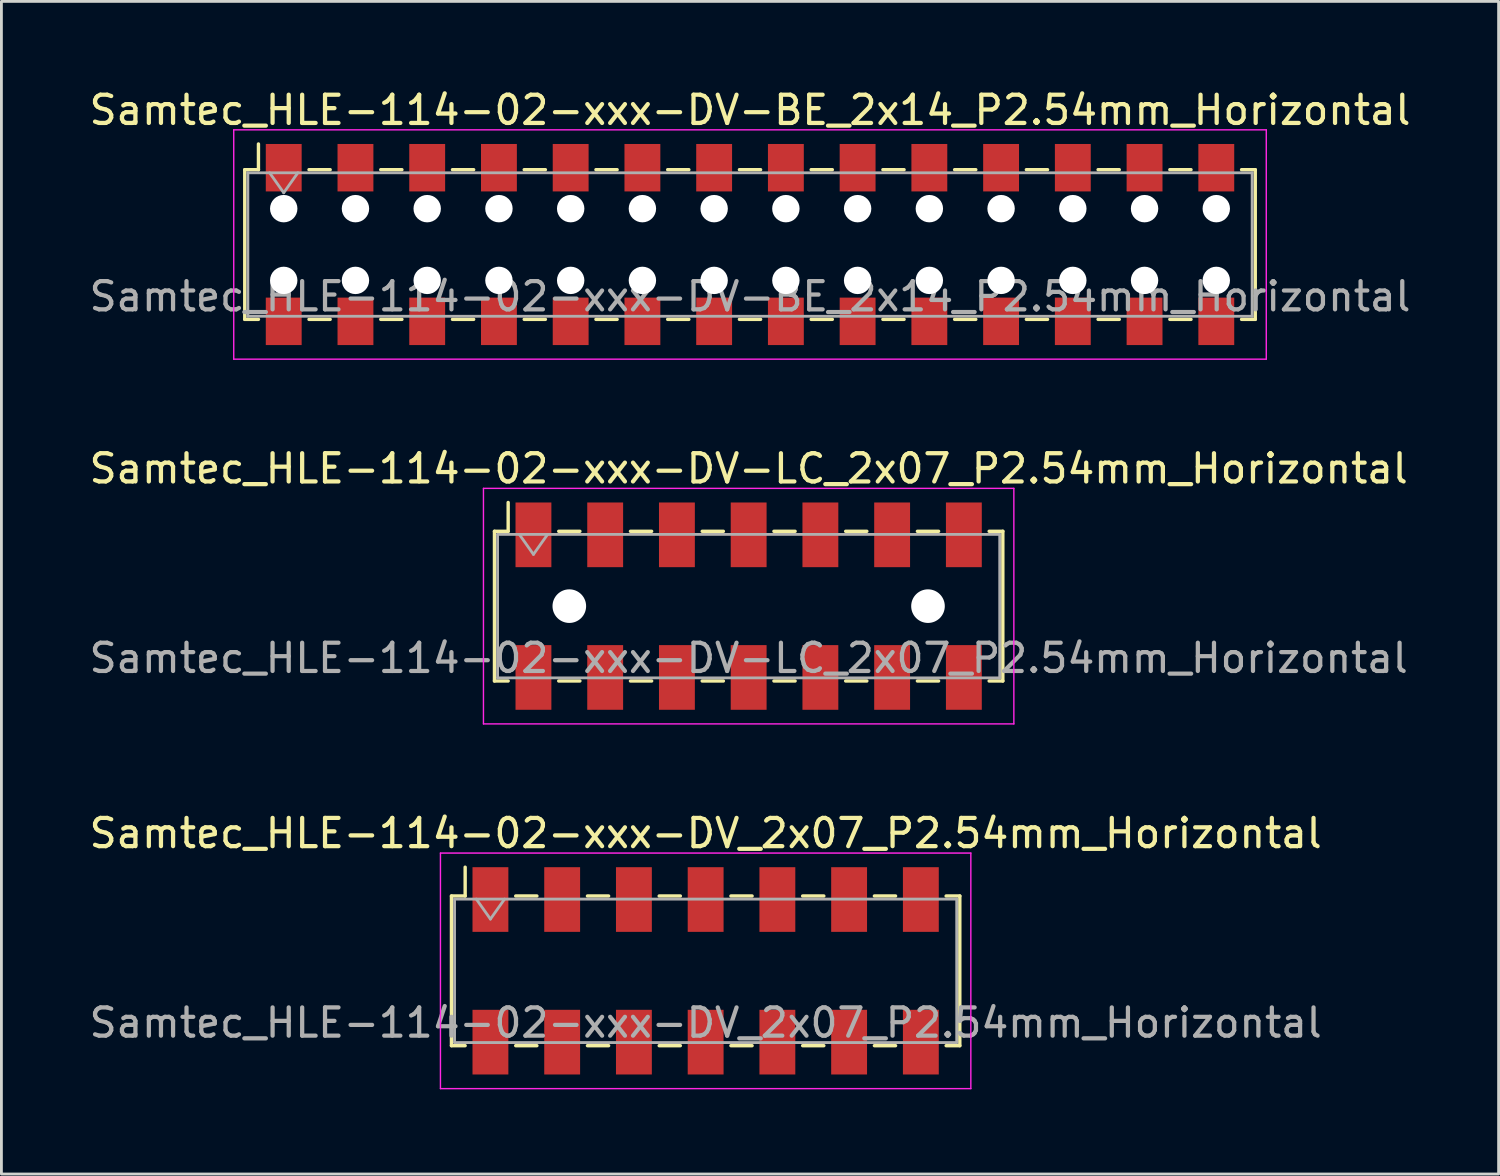
<source format=kicad_pcb>
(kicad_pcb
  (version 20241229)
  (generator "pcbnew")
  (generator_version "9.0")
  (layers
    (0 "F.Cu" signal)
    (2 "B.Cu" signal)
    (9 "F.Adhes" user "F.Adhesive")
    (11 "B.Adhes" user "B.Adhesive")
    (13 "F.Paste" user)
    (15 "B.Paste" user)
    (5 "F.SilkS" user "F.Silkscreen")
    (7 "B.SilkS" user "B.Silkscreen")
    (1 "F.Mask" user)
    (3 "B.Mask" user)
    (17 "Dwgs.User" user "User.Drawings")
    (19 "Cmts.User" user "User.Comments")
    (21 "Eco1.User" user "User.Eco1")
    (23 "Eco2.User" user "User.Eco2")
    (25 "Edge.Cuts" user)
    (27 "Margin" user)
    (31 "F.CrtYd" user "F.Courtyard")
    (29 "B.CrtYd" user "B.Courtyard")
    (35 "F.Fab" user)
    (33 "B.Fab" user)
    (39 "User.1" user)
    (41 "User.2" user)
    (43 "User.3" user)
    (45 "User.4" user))
  (footprint "Samtec_HLE-114-02-xxx-DV-BE_2x14_P2.54mm_Horizontal"
    (layer "F.Cu")
    (at 23.506 5.608)
    (property "Reference" "Samtec_HLE-114-02-xxx-DV-BE_2x14_P2.54mm_Horizontal" (at 0 -4.76 0) (layer "F.SilkS") (effects (font (size 1 1) (thickness 0.15))))
    (attr smd)
    (fp_line (start -17.89 -2.65) (end -17.89 2.65) (stroke (width 0.12) (type solid)) (layer "F.SilkS"))
    (fp_line (start -17.89 2.65) (end -17.405 2.65) (stroke (width 0.12) (type solid)) (layer "F.SilkS"))
    (fp_line (start -17.405 -3.56) (end -17.405 -2.65) (stroke (width 0.12) (type solid)) (layer "F.SilkS"))
    (fp_line (start -17.405 -2.65) (end -17.89 -2.65) (stroke (width 0.12) (type solid)) (layer "F.SilkS"))
    (fp_line (start -15.615 -2.65) (end -14.865 -2.65) (stroke (width 0.12) (type solid)) (layer "F.SilkS"))
    (fp_line (start -15.615 2.65) (end -14.865 2.65) (stroke (width 0.12) (type solid)) (layer "F.SilkS"))
    (fp_line (start -13.075 -2.65) (end -12.325 -2.65) (stroke (width 0.12) (type solid)) (layer "F.SilkS"))
    (fp_line (start -13.075 2.65) (end -12.325 2.65) (stroke (width 0.12) (type solid)) (layer "F.SilkS"))
    (fp_line (start -10.535 -2.65) (end -9.785 -2.65) (stroke (width 0.12) (type solid)) (layer "F.SilkS"))
    (fp_line (start -10.535 2.65) (end -9.785 2.65) (stroke (width 0.12) (type solid)) (layer "F.SilkS"))
    (fp_line (start -7.995 -2.65) (end -7.245 -2.65) (stroke (width 0.12) (type solid)) (layer "F.SilkS"))
    (fp_line (start -7.995 2.65) (end -7.245 2.65) (stroke (width 0.12) (type solid)) (layer "F.SilkS"))
    (fp_line (start -5.455 -2.65) (end -4.705 -2.65) (stroke (width 0.12) (type solid)) (layer "F.SilkS"))
    (fp_line (start -5.455 2.65) (end -4.705 2.65) (stroke (width 0.12) (type solid)) (layer "F.SilkS"))
    (fp_line (start -2.915 -2.65) (end -2.165 -2.65) (stroke (width 0.12) (type solid)) (layer "F.SilkS"))
    (fp_line (start -2.915 2.65) (end -2.165 2.65) (stroke (width 0.12) (type solid)) (layer "F.SilkS"))
    (fp_line (start -0.375 -2.65) (end 0.375 -2.65) (stroke (width 0.12) (type solid)) (layer "F.SilkS"))
    (fp_line (start -0.375 2.65) (end 0.375 2.65) (stroke (width 0.12) (type solid)) (layer "F.SilkS"))
    (fp_line (start 2.165 -2.65) (end 2.915 -2.65) (stroke (width 0.12) (type solid)) (layer "F.SilkS"))
    (fp_line (start 2.165 2.65) (end 2.915 2.65) (stroke (width 0.12) (type solid)) (layer "F.SilkS"))
    (fp_line (start 4.705 -2.65) (end 5.455 -2.65) (stroke (width 0.12) (type solid)) (layer "F.SilkS"))
    (fp_line (start 4.705 2.65) (end 5.455 2.65) (stroke (width 0.12) (type solid)) (layer "F.SilkS"))
    (fp_line (start 7.245 -2.65) (end 7.995 -2.65) (stroke (width 0.12) (type solid)) (layer "F.SilkS"))
    (fp_line (start 7.245 2.65) (end 7.995 2.65) (stroke (width 0.12) (type solid)) (layer "F.SilkS"))
    (fp_line (start 9.785 -2.65) (end 10.535 -2.65) (stroke (width 0.12) (type solid)) (layer "F.SilkS"))
    (fp_line (start 9.785 2.65) (end 10.535 2.65) (stroke (width 0.12) (type solid)) (layer "F.SilkS"))
    (fp_line (start 12.325 -2.65) (end 13.075 -2.65) (stroke (width 0.12) (type solid)) (layer "F.SilkS"))
    (fp_line (start 12.325 2.65) (end 13.075 2.65) (stroke (width 0.12) (type solid)) (layer "F.SilkS"))
    (fp_line (start 14.865 -2.65) (end 15.615 -2.65) (stroke (width 0.12) (type solid)) (layer "F.SilkS"))
    (fp_line (start 14.865 2.65) (end 15.615 2.65) (stroke (width 0.12) (type solid)) (layer "F.SilkS"))
    (fp_line (start 17.405 -2.65) (end 17.89 -2.65) (stroke (width 0.12) (type solid)) (layer "F.SilkS"))
    (fp_line (start 17.89 -2.65) (end 17.89 2.65) (stroke (width 0.12) (type solid)) (layer "F.SilkS"))
    (fp_line (start 17.89 2.65) (end 17.405 2.65) (stroke (width 0.12) (type solid)) (layer "F.SilkS"))
    (fp_line (start -18.28 -4.06) (end 18.28 -4.06) (stroke (width 0.05) (type solid)) (layer "F.CrtYd"))
    (fp_line (start -18.28 4.06) (end -18.28 -4.06) (stroke (width 0.05) (type solid)) (layer "F.CrtYd"))
    (fp_line (start 18.28 -4.06) (end 18.28 4.06) (stroke (width 0.05) (type solid)) (layer "F.CrtYd"))
    (fp_line (start 18.28 4.06) (end -18.28 4.06) (stroke (width 0.05) (type solid)) (layer "F.CrtYd"))
    (fp_line (start -17.78 -2.54) (end 17.78 -2.54) (stroke (width 0.1) (type solid)) (layer "F.Fab"))
    (fp_line (start -17.78 2.54) (end -17.78 -2.54) (stroke (width 0.1) (type solid)) (layer "F.Fab"))
    (fp_line (start -17.01 -2.54) (end -16.51 -1.833) (stroke (width 0.1) (type solid)) (layer "F.Fab"))
    (fp_line (start -16.51 -1.833) (end -16.01 -2.54) (stroke (width 0.1) (type solid)) (layer "F.Fab"))
    (fp_line (start 17.78 -2.54) (end 17.78 2.54) (stroke (width 0.1) (type solid)) (layer "F.Fab"))
    (fp_line (start 17.78 2.54) (end -17.78 2.54) (stroke (width 0.1) (type solid)) (layer "F.Fab"))
    (fp_text user "${REFERENCE}" (at 0 1.84 0) (layer "F.Fab") (effects (font (size 1 1) (thickness 0.15))))
    (pad "" np_thru_hole circle (at -16.51 -1.27) (size 0.97 0.97) (drill 0.97) (layers "*.Cu" "*.Mask"))
    (pad "" np_thru_hole circle (at -16.51 1.27) (size 0.97 0.97) (drill 0.97) (layers "*.Cu" "*.Mask"))
    (pad "" np_thru_hole circle (at -13.97 -1.27) (size 0.97 0.97) (drill 0.97) (layers "*.Cu" "*.Mask"))
    (pad "" np_thru_hole circle (at -13.97 1.27) (size 0.97 0.97) (drill 0.97) (layers "*.Cu" "*.Mask"))
    (pad "" np_thru_hole circle (at -11.43 -1.27) (size 0.97 0.97) (drill 0.97) (layers "*.Cu" "*.Mask"))
    (pad "" np_thru_hole circle (at -11.43 1.27) (size 0.97 0.97) (drill 0.97) (layers "*.Cu" "*.Mask"))
    (pad "" np_thru_hole circle (at -8.89 -1.27) (size 0.97 0.97) (drill 0.97) (layers "*.Cu" "*.Mask"))
    (pad "" np_thru_hole circle (at -8.89 1.27) (size 0.97 0.97) (drill 0.97) (layers "*.Cu" "*.Mask"))
    (pad "" np_thru_hole circle (at -6.35 -1.27) (size 0.97 0.97) (drill 0.97) (layers "*.Cu" "*.Mask"))
    (pad "" np_thru_hole circle (at -6.35 1.27) (size 0.97 0.97) (drill 0.97) (layers "*.Cu" "*.Mask"))
    (pad "" np_thru_hole circle (at -3.81 -1.27) (size 0.97 0.97) (drill 0.97) (layers "*.Cu" "*.Mask"))
    (pad "" np_thru_hole circle (at -3.81 1.27) (size 0.97 0.97) (drill 0.97) (layers "*.Cu" "*.Mask"))
    (pad "" np_thru_hole circle (at -1.27 -1.27) (size 0.97 0.97) (drill 0.97) (layers "*.Cu" "*.Mask"))
    (pad "" np_thru_hole circle (at -1.27 1.27) (size 0.97 0.97) (drill 0.97) (layers "*.Cu" "*.Mask"))
    (pad "" np_thru_hole circle (at 1.27 -1.27) (size 0.97 0.97) (drill 0.97) (layers "*.Cu" "*.Mask"))
    (pad "" np_thru_hole circle (at 1.27 1.27) (size 0.97 0.97) (drill 0.97) (layers "*.Cu" "*.Mask"))
    (pad "" np_thru_hole circle (at 3.81 -1.27) (size 0.97 0.97) (drill 0.97) (layers "*.Cu" "*.Mask"))
    (pad "" np_thru_hole circle (at 3.81 1.27) (size 0.97 0.97) (drill 0.97) (layers "*.Cu" "*.Mask"))
    (pad "" np_thru_hole circle (at 6.35 -1.27) (size 0.97 0.97) (drill 0.97) (layers "*.Cu" "*.Mask"))
    (pad "" np_thru_hole circle (at 6.35 1.27) (size 0.97 0.97) (drill 0.97) (layers "*.Cu" "*.Mask"))
    (pad "" np_thru_hole circle (at 8.89 -1.27) (size 0.97 0.97) (drill 0.97) (layers "*.Cu" "*.Mask"))
    (pad "" np_thru_hole circle (at 8.89 1.27) (size 0.97 0.97) (drill 0.97) (layers "*.Cu" "*.Mask"))
    (pad "" np_thru_hole circle (at 11.43 -1.27) (size 0.97 0.97) (drill 0.97) (layers "*.Cu" "*.Mask"))
    (pad "" np_thru_hole circle (at 11.43 1.27) (size 0.97 0.97) (drill 0.97) (layers "*.Cu" "*.Mask"))
    (pad "" np_thru_hole circle (at 13.97 -1.27) (size 0.97 0.97) (drill 0.97) (layers "*.Cu" "*.Mask"))
    (pad "" np_thru_hole circle (at 13.97 1.27) (size 0.97 0.97) (drill 0.97) (layers "*.Cu" "*.Mask"))
    (pad "" np_thru_hole circle (at 16.51 -1.27) (size 0.97 0.97) (drill 0.97) (layers "*.Cu" "*.Mask"))
    (pad "" np_thru_hole circle (at 16.51 1.27) (size 0.97 0.97) (drill 0.97) (layers "*.Cu" "*.Mask"))
    (pad "1" smd rect (at -16.51 -2.72) (size 1.27 1.68) (layers "F.Cu" "F.Mask" "F.Paste"))
    (pad "2" smd rect (at -16.51 2.72) (size 1.27 1.68) (layers "F.Cu" "F.Mask" "F.Paste"))
    (pad "3" smd rect (at -13.97 -2.72) (size 1.27 1.68) (layers "F.Cu" "F.Mask" "F.Paste"))
    (pad "4" smd rect (at -13.97 2.72) (size 1.27 1.68) (layers "F.Cu" "F.Mask" "F.Paste"))
    (pad "5" smd rect (at -11.43 -2.72) (size 1.27 1.68) (layers "F.Cu" "F.Mask" "F.Paste"))
    (pad "6" smd rect (at -11.43 2.72) (size 1.27 1.68) (layers "F.Cu" "F.Mask" "F.Paste"))
    (pad "7" smd rect (at -8.89 -2.72) (size 1.27 1.68) (layers "F.Cu" "F.Mask" "F.Paste"))
    (pad "8" smd rect (at -8.89 2.72) (size 1.27 1.68) (layers "F.Cu" "F.Mask" "F.Paste"))
    (pad "9" smd rect (at -6.35 -2.72) (size 1.27 1.68) (layers "F.Cu" "F.Mask" "F.Paste"))
    (pad "10" smd rect (at -6.35 2.72) (size 1.27 1.68) (layers "F.Cu" "F.Mask" "F.Paste"))
    (pad "11" smd rect (at -3.81 -2.72) (size 1.27 1.68) (layers "F.Cu" "F.Mask" "F.Paste"))
    (pad "12" smd rect (at -3.81 2.72) (size 1.27 1.68) (layers "F.Cu" "F.Mask" "F.Paste"))
    (pad "13" smd rect (at -1.27 -2.72) (size 1.27 1.68) (layers "F.Cu" "F.Mask" "F.Paste"))
    (pad "14" smd rect (at -1.27 2.72) (size 1.27 1.68) (layers "F.Cu" "F.Mask" "F.Paste"))
    (pad "15" smd rect (at 1.27 -2.72) (size 1.27 1.68) (layers "F.Cu" "F.Mask" "F.Paste"))
    (pad "16" smd rect (at 1.27 2.72) (size 1.27 1.68) (layers "F.Cu" "F.Mask" "F.Paste"))
    (pad "17" smd rect (at 3.81 -2.72) (size 1.27 1.68) (layers "F.Cu" "F.Mask" "F.Paste"))
    (pad "18" smd rect (at 3.81 2.72) (size 1.27 1.68) (layers "F.Cu" "F.Mask" "F.Paste"))
    (pad "19" smd rect (at 6.35 -2.72) (size 1.27 1.68) (layers "F.Cu" "F.Mask" "F.Paste"))
    (pad "20" smd rect (at 6.35 2.72) (size 1.27 1.68) (layers "F.Cu" "F.Mask" "F.Paste"))
    (pad "21" smd rect (at 8.89 -2.72) (size 1.27 1.68) (layers "F.Cu" "F.Mask" "F.Paste"))
    (pad "22" smd rect (at 8.89 2.72) (size 1.27 1.68) (layers "F.Cu" "F.Mask" "F.Paste"))
    (pad "23" smd rect (at 11.43 -2.72) (size 1.27 1.68) (layers "F.Cu" "F.Mask" "F.Paste"))
    (pad "24" smd rect (at 11.43 2.72) (size 1.27 1.68) (layers "F.Cu" "F.Mask" "F.Paste"))
    (pad "25" smd rect (at 13.97 -2.72) (size 1.27 1.68) (layers "F.Cu" "F.Mask" "F.Paste"))
    (pad "26" smd rect (at 13.97 2.72) (size 1.27 1.68) (layers "F.Cu" "F.Mask" "F.Paste"))
    (pad "27" smd rect (at 16.51 -2.72) (size 1.27 1.68) (layers "F.Cu" "F.Mask" "F.Paste"))
    (pad "28" smd rect (at 16.51 2.72) (size 1.27 1.68) (layers "F.Cu" "F.Mask" "F.Paste")))
  (footprint "Samtec_HLE-114-02-xxx-DV_2x07_P2.54mm_Horizontal"
    (layer "F.Cu")
    (at 21.935 31.325)
    (property "Reference" "Samtec_HLE-114-02-xxx-DV_2x07_P2.54mm_Horizontal" (at 0 -4.87 0) (layer "F.SilkS") (effects (font (size 1 1) (thickness 0.15))))
    (attr smd)
    (fp_line (start -9 -2.65) (end -9 2.65) (stroke (width 0.12) (type solid)) (layer "F.SilkS"))
    (fp_line (start -9 2.65) (end -8.515 2.65) (stroke (width 0.12) (type solid)) (layer "F.SilkS"))
    (fp_line (start -8.515 -3.67) (end -8.515 -2.65) (stroke (width 0.12) (type solid)) (layer "F.SilkS"))
    (fp_line (start -8.515 -2.65) (end -9 -2.65) (stroke (width 0.12) (type solid)) (layer "F.SilkS"))
    (fp_line (start -6.725 -2.65) (end -5.975 -2.65) (stroke (width 0.12) (type solid)) (layer "F.SilkS"))
    (fp_line (start -6.725 2.65) (end -5.975 2.65) (stroke (width 0.12) (type solid)) (layer "F.SilkS"))
    (fp_line (start -4.185 -2.65) (end -3.435 -2.65) (stroke (width 0.12) (type solid)) (layer "F.SilkS"))
    (fp_line (start -4.185 2.65) (end -3.435 2.65) (stroke (width 0.12) (type solid)) (layer "F.SilkS"))
    (fp_line (start -1.645 -2.65) (end -0.895 -2.65) (stroke (width 0.12) (type solid)) (layer "F.SilkS"))
    (fp_line (start -1.645 2.65) (end -0.895 2.65) (stroke (width 0.12) (type solid)) (layer "F.SilkS"))
    (fp_line (start 0.895 -2.65) (end 1.645 -2.65) (stroke (width 0.12) (type solid)) (layer "F.SilkS"))
    (fp_line (start 0.895 2.65) (end 1.645 2.65) (stroke (width 0.12) (type solid)) (layer "F.SilkS"))
    (fp_line (start 3.435 -2.65) (end 4.185 -2.65) (stroke (width 0.12) (type solid)) (layer "F.SilkS"))
    (fp_line (start 3.435 2.65) (end 4.185 2.65) (stroke (width 0.12) (type solid)) (layer "F.SilkS"))
    (fp_line (start 5.975 -2.65) (end 6.725 -2.65) (stroke (width 0.12) (type solid)) (layer "F.SilkS"))
    (fp_line (start 5.975 2.65) (end 6.725 2.65) (stroke (width 0.12) (type solid)) (layer "F.SilkS"))
    (fp_line (start 8.515 -2.65) (end 9 -2.65) (stroke (width 0.12) (type solid)) (layer "F.SilkS"))
    (fp_line (start 9 -2.65) (end 9 2.65) (stroke (width 0.12) (type solid)) (layer "F.SilkS"))
    (fp_line (start 9 2.65) (end 8.515 2.65) (stroke (width 0.12) (type solid)) (layer "F.SilkS"))
    (fp_line (start -9.39 -4.17) (end 9.39 -4.17) (stroke (width 0.05) (type solid)) (layer "F.CrtYd"))
    (fp_line (start -9.39 4.17) (end -9.39 -4.17) (stroke (width 0.05) (type solid)) (layer "F.CrtYd"))
    (fp_line (start 9.39 -4.17) (end 9.39 4.17) (stroke (width 0.05) (type solid)) (layer "F.CrtYd"))
    (fp_line (start 9.39 4.17) (end -9.39 4.17) (stroke (width 0.05) (type solid)) (layer "F.CrtYd"))
    (fp_line (start -8.89 -2.54) (end 8.89 -2.54) (stroke (width 0.1) (type solid)) (layer "F.Fab"))
    (fp_line (start -8.89 2.54) (end -8.89 -2.54) (stroke (width 0.1) (type solid)) (layer "F.Fab"))
    (fp_line (start -8.12 -2.54) (end -7.62 -1.833) (stroke (width 0.1) (type solid)) (layer "F.Fab"))
    (fp_line (start -7.62 -1.833) (end -7.12 -2.54) (stroke (width 0.1) (type solid)) (layer "F.Fab"))
    (fp_line (start 8.89 -2.54) (end 8.89 2.54) (stroke (width 0.1) (type solid)) (layer "F.Fab"))
    (fp_line (start 8.89 2.54) (end -8.89 2.54) (stroke (width 0.1) (type solid)) (layer "F.Fab"))
    (fp_text user "${REFERENCE}" (at 0 1.84 0) (layer "F.Fab") (effects (font (size 1 1) (thickness 0.15))))
    (pad "1" smd rect (at -7.62 -2.525) (size 1.27 2.29) (layers "F.Cu" "F.Mask" "F.Paste"))
    (pad "2" smd rect (at -7.62 2.525) (size 1.27 2.29) (layers "F.Cu" "F.Mask" "F.Paste"))
    (pad "3" smd rect (at -5.08 -2.525) (size 1.27 2.29) (layers "F.Cu" "F.Mask" "F.Paste"))
    (pad "4" smd rect (at -5.08 2.525) (size 1.27 2.29) (layers "F.Cu" "F.Mask" "F.Paste"))
    (pad "5" smd rect (at -2.54 -2.525) (size 1.27 2.29) (layers "F.Cu" "F.Mask" "F.Paste"))
    (pad "6" smd rect (at -2.54 2.525) (size 1.27 2.29) (layers "F.Cu" "F.Mask" "F.Paste"))
    (pad "7" smd rect (at 0 -2.525) (size 1.27 2.29) (layers "F.Cu" "F.Mask" "F.Paste"))
    (pad "8" smd rect (at 0 2.525) (size 1.27 2.29) (layers "F.Cu" "F.Mask" "F.Paste"))
    (pad "9" smd rect (at 2.54 -2.525) (size 1.27 2.29) (layers "F.Cu" "F.Mask" "F.Paste"))
    (pad "10" smd rect (at 2.54 2.525) (size 1.27 2.29) (layers "F.Cu" "F.Mask" "F.Paste"))
    (pad "11" smd rect (at 5.08 -2.525) (size 1.27 2.29) (layers "F.Cu" "F.Mask" "F.Paste"))
    (pad "12" smd rect (at 5.08 2.525) (size 1.27 2.29) (layers "F.Cu" "F.Mask" "F.Paste"))
    (pad "13" smd rect (at 7.62 -2.525) (size 1.27 2.29) (layers "F.Cu" "F.Mask" "F.Paste"))
    (pad "14" smd rect (at 7.62 2.525) (size 1.27 2.29) (layers "F.Cu" "F.Mask" "F.Paste")))
  (footprint "Samtec_HLE-114-02-xxx-DV-LC_2x07_P2.54mm_Horizontal"
    (layer "F.Cu")
    (at 23.458 18.412)
    (property "Reference" "Samtec_HLE-114-02-xxx-DV-LC_2x07_P2.54mm_Horizontal" (at 0 -4.87 0) (layer "F.SilkS") (effects (font (size 1 1) (thickness 0.15))))
    (attr smd)
    (fp_line (start -9 -2.65) (end -9 2.65) (stroke (width 0.12) (type solid)) (layer "F.SilkS"))
    (fp_line (start -9 2.65) (end -8.515 2.65) (stroke (width 0.12) (type solid)) (layer "F.SilkS"))
    (fp_line (start -8.515 -3.67) (end -8.515 -2.65) (stroke (width 0.12) (type solid)) (layer "F.SilkS"))
    (fp_line (start -8.515 -2.65) (end -9 -2.65) (stroke (width 0.12) (type solid)) (layer "F.SilkS"))
    (fp_line (start -6.725 -2.65) (end -5.975 -2.65) (stroke (width 0.12) (type solid)) (layer "F.SilkS"))
    (fp_line (start -6.725 2.65) (end -5.975 2.65) (stroke (width 0.12) (type solid)) (layer "F.SilkS"))
    (fp_line (start -4.185 -2.65) (end -3.435 -2.65) (stroke (width 0.12) (type solid)) (layer "F.SilkS"))
    (fp_line (start -4.185 2.65) (end -3.435 2.65) (stroke (width 0.12) (type solid)) (layer "F.SilkS"))
    (fp_line (start -1.645 -2.65) (end -0.895 -2.65) (stroke (width 0.12) (type solid)) (layer "F.SilkS"))
    (fp_line (start -1.645 2.65) (end -0.895 2.65) (stroke (width 0.12) (type solid)) (layer "F.SilkS"))
    (fp_line (start 0.895 -2.65) (end 1.645 -2.65) (stroke (width 0.12) (type solid)) (layer "F.SilkS"))
    (fp_line (start 0.895 2.65) (end 1.645 2.65) (stroke (width 0.12) (type solid)) (layer "F.SilkS"))
    (fp_line (start 3.435 -2.65) (end 4.185 -2.65) (stroke (width 0.12) (type solid)) (layer "F.SilkS"))
    (fp_line (start 3.435 2.65) (end 4.185 2.65) (stroke (width 0.12) (type solid)) (layer "F.SilkS"))
    (fp_line (start 5.975 -2.65) (end 6.725 -2.65) (stroke (width 0.12) (type solid)) (layer "F.SilkS"))
    (fp_line (start 5.975 2.65) (end 6.725 2.65) (stroke (width 0.12) (type solid)) (layer "F.SilkS"))
    (fp_line (start 8.515 -2.65) (end 9 -2.65) (stroke (width 0.12) (type solid)) (layer "F.SilkS"))
    (fp_line (start 9 -2.65) (end 9 2.65) (stroke (width 0.12) (type solid)) (layer "F.SilkS"))
    (fp_line (start 9 2.65) (end 8.515 2.65) (stroke (width 0.12) (type solid)) (layer "F.SilkS"))
    (fp_line (start -9.39 -4.17) (end 9.39 -4.17) (stroke (width 0.05) (type solid)) (layer "F.CrtYd"))
    (fp_line (start -9.39 4.17) (end -9.39 -4.17) (stroke (width 0.05) (type solid)) (layer "F.CrtYd"))
    (fp_line (start 9.39 -4.17) (end 9.39 4.17) (stroke (width 0.05) (type solid)) (layer "F.CrtYd"))
    (fp_line (start 9.39 4.17) (end -9.39 4.17) (stroke (width 0.05) (type solid)) (layer "F.CrtYd"))
    (fp_line (start -8.89 -2.54) (end 8.89 -2.54) (stroke (width 0.1) (type solid)) (layer "F.Fab"))
    (fp_line (start -8.89 2.54) (end -8.89 -2.54) (stroke (width 0.1) (type solid)) (layer "F.Fab"))
    (fp_line (start -8.12 -2.54) (end -7.62 -1.833) (stroke (width 0.1) (type solid)) (layer "F.Fab"))
    (fp_line (start -7.62 -1.833) (end -7.12 -2.54) (stroke (width 0.1) (type solid)) (layer "F.Fab"))
    (fp_line (start 8.89 -2.54) (end 8.89 2.54) (stroke (width 0.1) (type solid)) (layer "F.Fab"))
    (fp_line (start 8.89 2.54) (end -8.89 2.54) (stroke (width 0.1) (type solid)) (layer "F.Fab"))
    (fp_text user "${REFERENCE}" (at 0 1.84 0) (layer "F.Fab") (effects (font (size 1 1) (thickness 0.15))))
    (pad "" np_thru_hole circle (at -6.35 0) (size 1.19 1.19) (drill 1.19) (layers "*.Cu" "*.Mask"))
    (pad "" np_thru_hole circle (at 6.35 0) (size 1.19 1.19) (drill 1.19) (layers "*.Cu" "*.Mask"))
    (pad "1" smd rect (at -7.62 -2.525) (size 1.27 2.29) (layers "F.Cu" "F.Mask" "F.Paste"))
    (pad "2" smd rect (at -7.62 2.525) (size 1.27 2.29) (layers "F.Cu" "F.Mask" "F.Paste"))
    (pad "3" smd rect (at -5.08 -2.525) (size 1.27 2.29) (layers "F.Cu" "F.Mask" "F.Paste"))
    (pad "4" smd rect (at -5.08 2.525) (size 1.27 2.29) (layers "F.Cu" "F.Mask" "F.Paste"))
    (pad "5" smd rect (at -2.54 -2.525) (size 1.27 2.29) (layers "F.Cu" "F.Mask" "F.Paste"))
    (pad "6" smd rect (at -2.54 2.525) (size 1.27 2.29) (layers "F.Cu" "F.Mask" "F.Paste"))
    (pad "7" smd rect (at 0 -2.525) (size 1.27 2.29) (layers "F.Cu" "F.Mask" "F.Paste"))
    (pad "8" smd rect (at 0 2.525) (size 1.27 2.29) (layers "F.Cu" "F.Mask" "F.Paste"))
    (pad "9" smd rect (at 2.54 -2.525) (size 1.27 2.29) (layers "F.Cu" "F.Mask" "F.Paste"))
    (pad "10" smd rect (at 2.54 2.525) (size 1.27 2.29) (layers "F.Cu" "F.Mask" "F.Paste"))
    (pad "11" smd rect (at 5.08 -2.525) (size 1.27 2.29) (layers "F.Cu" "F.Mask" "F.Paste"))
    (pad "12" smd rect (at 5.08 2.525) (size 1.27 2.29) (layers "F.Cu" "F.Mask" "F.Paste"))
    (pad "13" smd rect (at 7.62 -2.525) (size 1.27 2.29) (layers "F.Cu" "F.Mask" "F.Paste"))
    (pad "14" smd rect (at 7.62 2.525) (size 1.27 2.29) (layers "F.Cu" "F.Mask" "F.Paste")))
  (gr_rect
    (start -3 -3)
    (end 50.012 38.52)
    (stroke (width 0.1) (type default))
    (fill no)
    (layer "Edge.Cuts")))
</source>
